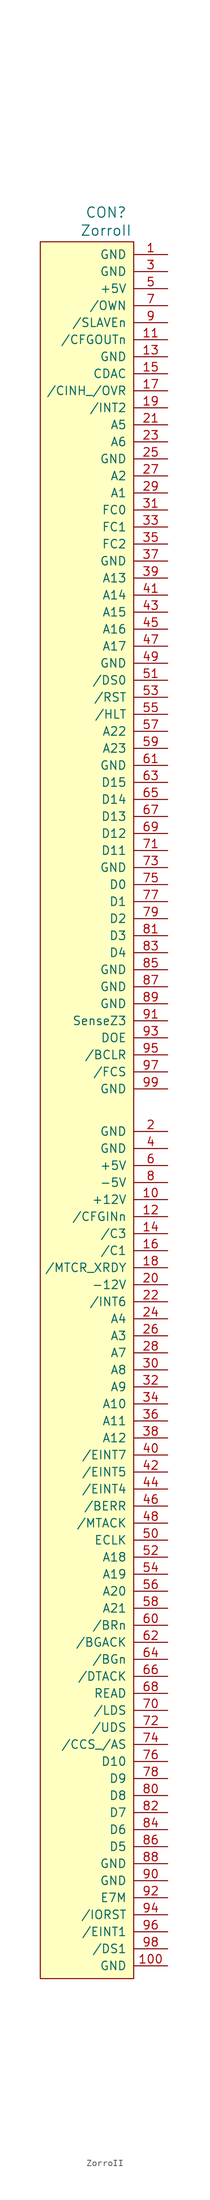
<source format=kicad_sym>
(kicad_symbol_lib
  (version 20211014)
  (generator kicad_symbol_editor)
  (symbol "ZorroII"
    (pin_names
      (offset 1.016))
    (property "Reference" "CON"
      (at -9.22 128.194 0)
      (effects (font (size 1.524 1.524))))
    (property "Value" "ZorroII"
      (at -9.22 125.501 0)
      (effects (font (size 1.524 1.524))))
    (property "Datasheet" ""
      (at 0 93.98 0)
      (effects (font (size 1.524 1.524))))
    (symbol "ZorroII_0_1"
      (rectangle (start -5.08 123.825) (end -19.05 -135.255) (stroke (width 0.152) (type default) (color 0 0 0 0)) (fill (type background))))
    (symbol "ZorroII_1_1"
      (pin passive line (at 0 121.92 180) (length 5.08) (name "GND" (effects (font (size 1.27 1.27)))) (number "1" (effects (font (size 1.27 1.27)))))
      (pin power_out line (at 0 -19.05 180) (length 5.08) (name "+12V" (effects (font (size 1.27 1.27)))) (number "10" (effects (font (size 1.27 1.27)))))
      (pin passive line (at 0 -133.35 180) (length 5.08) (name "GND" (effects (font (size 1.27 1.27)))) (number "100" (effects (font (size 1.27 1.27)))))
      (pin passive line (at 0 109.22 180) (length 5.08) (name "/CFGOUTn" (effects (font (size 1.27 1.27)))) (number "11" (effects (font (size 1.27 1.27)))))
      (pin passive line (at 0 -21.59 180) (length 5.08) (name "/CFGINn" (effects (font (size 1.27 1.27)))) (number "12" (effects (font (size 1.27 1.27)))))
      (pin passive line (at 0 106.68 180) (length 5.08) (name "GND" (effects (font (size 1.27 1.27)))) (number "13" (effects (font (size 1.27 1.27)))))
      (pin passive line (at 0 -24.13 180) (length 5.08) (name "/C3" (effects (font (size 1.27 1.27)))) (number "14" (effects (font (size 1.27 1.27)))))
      (pin passive line (at 0 104.14 180) (length 5.08) (name "CDAC" (effects (font (size 1.27 1.27)))) (number "15" (effects (font (size 1.27 1.27)))))
      (pin passive line (at 0 -26.67 180) (length 5.08) (name "/C1" (effects (font (size 1.27 1.27)))) (number "16" (effects (font (size 1.27 1.27)))))
      (pin passive line (at 0 101.6 180) (length 5.08) (name "/CINH_/OVR" (effects (font (size 1.27 1.27)))) (number "17" (effects (font (size 1.27 1.27)))))
      (pin passive line (at 0 -29.21 180) (length 5.08) (name "/MTCR_XRDY" (effects (font (size 1.27 1.27)))) (number "18" (effects (font (size 1.27 1.27)))))
      (pin passive line (at 0 99.06 180) (length 5.08) (name "/INT2" (effects (font (size 1.27 1.27)))) (number "19" (effects (font (size 1.27 1.27)))))
      (pin passive line (at 0 -8.89 180) (length 5.08) (name "GND" (effects (font (size 1.27 1.27)))) (number "2" (effects (font (size 1.27 1.27)))))
      (pin power_out line (at 0 -31.75 180) (length 5.08) (name "-12V" (effects (font (size 1.27 1.27)))) (number "20" (effects (font (size 1.27 1.27)))))
      (pin passive line (at 0 96.52 180) (length 5.08) (name "A5" (effects (font (size 1.27 1.27)))) (number "21" (effects (font (size 1.27 1.27)))))
      (pin passive line (at 0 -34.29 180) (length 5.08) (name "/INT6" (effects (font (size 1.27 1.27)))) (number "22" (effects (font (size 1.27 1.27)))))
      (pin passive line (at 0 93.98 180) (length 5.08) (name "A6" (effects (font (size 1.27 1.27)))) (number "23" (effects (font (size 1.27 1.27)))))
      (pin passive line (at 0 -36.83 180) (length 5.08) (name "A4" (effects (font (size 1.27 1.27)))) (number "24" (effects (font (size 1.27 1.27)))))
      (pin passive line (at 0 91.44 180) (length 5.08) (name "GND" (effects (font (size 1.27 1.27)))) (number "25" (effects (font (size 1.27 1.27)))))
      (pin passive line (at 0 -39.37 180) (length 5.08) (name "A3" (effects (font (size 1.27 1.27)))) (number "26" (effects (font (size 1.27 1.27)))))
      (pin passive line (at 0 88.9 180) (length 5.08) (name "A2" (effects (font (size 1.27 1.27)))) (number "27" (effects (font (size 1.27 1.27)))))
      (pin passive line (at 0 -41.91 180) (length 5.08) (name "A7" (effects (font (size 1.27 1.27)))) (number "28" (effects (font (size 1.27 1.27)))))
      (pin passive line (at 0 86.36 180) (length 5.08) (name "A1" (effects (font (size 1.27 1.27)))) (number "29" (effects (font (size 1.27 1.27)))))
      (pin passive line (at 0 119.38 180) (length 5.08) (name "GND" (effects (font (size 1.27 1.27)))) (number "3" (effects (font (size 1.27 1.27)))))
      (pin passive line (at 0 -44.45 180) (length 5.08) (name "A8" (effects (font (size 1.27 1.27)))) (number "30" (effects (font (size 1.27 1.27)))))
      (pin passive line (at 0 83.82 180) (length 5.08) (name "FC0" (effects (font (size 1.27 1.27)))) (number "31" (effects (font (size 1.27 1.27)))))
      (pin passive line (at 0 -46.99 180) (length 5.08) (name "A9" (effects (font (size 1.27 1.27)))) (number "32" (effects (font (size 1.27 1.27)))))
      (pin passive line (at 0 81.28 180) (length 5.08) (name "FC1" (effects (font (size 1.27 1.27)))) (number "33" (effects (font (size 1.27 1.27)))))
      (pin passive line (at 0 -49.53 180) (length 5.08) (name "A10" (effects (font (size 1.27 1.27)))) (number "34" (effects (font (size 1.27 1.27)))))
      (pin passive line (at 0 78.74 180) (length 5.08) (name "FC2" (effects (font (size 1.27 1.27)))) (number "35" (effects (font (size 1.27 1.27)))))
      (pin passive line (at 0 -52.07 180) (length 5.08) (name "A11" (effects (font (size 1.27 1.27)))) (number "36" (effects (font (size 1.27 1.27)))))
      (pin passive line (at 0 76.2 180) (length 5.08) (name "GND" (effects (font (size 1.27 1.27)))) (number "37" (effects (font (size 1.27 1.27)))))
      (pin passive line (at 0 -54.61 180) (length 5.08) (name "A12" (effects (font (size 1.27 1.27)))) (number "38" (effects (font (size 1.27 1.27)))))
      (pin passive line (at 0 73.66 180) (length 5.08) (name "A13" (effects (font (size 1.27 1.27)))) (number "39" (effects (font (size 1.27 1.27)))))
      (pin passive line (at 0 -11.43 180) (length 5.08) (name "GND" (effects (font (size 1.27 1.27)))) (number "4" (effects (font (size 1.27 1.27)))))
      (pin passive line (at 0 -57.15 180) (length 5.08) (name "/EINT7" (effects (font (size 1.27 1.27)))) (number "40" (effects (font (size 1.27 1.27)))))
      (pin passive line (at 0 71.12 180) (length 5.08) (name "A14" (effects (font (size 1.27 1.27)))) (number "41" (effects (font (size 1.27 1.27)))))
      (pin passive line (at 0 -59.69 180) (length 5.08) (name "/EINT5" (effects (font (size 1.27 1.27)))) (number "42" (effects (font (size 1.27 1.27)))))
      (pin passive line (at 0 68.58 180) (length 5.08) (name "A15" (effects (font (size 1.27 1.27)))) (number "43" (effects (font (size 1.27 1.27)))))
      (pin passive line (at 0 -62.23 180) (length 5.08) (name "/EINT4" (effects (font (size 1.27 1.27)))) (number "44" (effects (font (size 1.27 1.27)))))
      (pin passive line (at 0 66.04 180) (length 5.08) (name "A16" (effects (font (size 1.27 1.27)))) (number "45" (effects (font (size 1.27 1.27)))))
      (pin passive line (at 0 -64.77 180) (length 5.08) (name "/BERR" (effects (font (size 1.27 1.27)))) (number "46" (effects (font (size 1.27 1.27)))))
      (pin passive line (at 0 63.5 180) (length 5.08) (name "A17" (effects (font (size 1.27 1.27)))) (number "47" (effects (font (size 1.27 1.27)))))
      (pin passive line (at 0 -67.31 180) (length 5.08) (name "/MTACK" (effects (font (size 1.27 1.27)))) (number "48" (effects (font (size 1.27 1.27)))))
      (pin passive line (at 0 60.96 180) (length 5.08) (name "GND" (effects (font (size 1.27 1.27)))) (number "49" (effects (font (size 1.27 1.27)))))
      (pin power_out line (at 0 116.84 180) (length 5.08) (name "+5V" (effects (font (size 1.27 1.27)))) (number "5" (effects (font (size 1.27 1.27)))))
      (pin passive line (at 0 -69.85 180) (length 5.08) (name "ECLK" (effects (font (size 1.27 1.27)))) (number "50" (effects (font (size 1.27 1.27)))))
      (pin passive line (at 0 58.42 180) (length 5.08) (name "/DS0" (effects (font (size 1.27 1.27)))) (number "51" (effects (font (size 1.27 1.27)))))
      (pin passive line (at 0 -72.39 180) (length 5.08) (name "A18" (effects (font (size 1.27 1.27)))) (number "52" (effects (font (size 1.27 1.27)))))
      (pin passive line (at 0 55.88 180) (length 5.08) (name "/RST" (effects (font (size 1.27 1.27)))) (number "53" (effects (font (size 1.27 1.27)))))
      (pin passive line (at 0 -74.93 180) (length 5.08) (name "A19" (effects (font (size 1.27 1.27)))) (number "54" (effects (font (size 1.27 1.27)))))
      (pin passive line (at 0 53.34 180) (length 5.08) (name "/HLT" (effects (font (size 1.27 1.27)))) (number "55" (effects (font (size 1.27 1.27)))))
      (pin passive line (at 0 -77.47 180) (length 5.08) (name "A20" (effects (font (size 1.27 1.27)))) (number "56" (effects (font (size 1.27 1.27)))))
      (pin passive line (at 0 50.8 180) (length 5.08) (name "A22" (effects (font (size 1.27 1.27)))) (number "57" (effects (font (size 1.27 1.27)))))
      (pin passive line (at 0 -80.01 180) (length 5.08) (name "A21" (effects (font (size 1.27 1.27)))) (number "58" (effects (font (size 1.27 1.27)))))
      (pin passive line (at 0 48.26 180) (length 5.08) (name "A23" (effects (font (size 1.27 1.27)))) (number "59" (effects (font (size 1.27 1.27)))))
      (pin power_out line (at 0 -13.97 180) (length 5.08) (name "+5V" (effects (font (size 1.27 1.27)))) (number "6" (effects (font (size 1.27 1.27)))))
      (pin passive line (at 0 -82.55 180) (length 5.08) (name "/BRn" (effects (font (size 1.27 1.27)))) (number "60" (effects (font (size 1.27 1.27)))))
      (pin passive line (at 0 45.72 180) (length 5.08) (name "GND" (effects (font (size 1.27 1.27)))) (number "61" (effects (font (size 1.27 1.27)))))
      (pin passive line (at 0 -85.09 180) (length 5.08) (name "/BGACK" (effects (font (size 1.27 1.27)))) (number "62" (effects (font (size 1.27 1.27)))))
      (pin passive line (at 0 43.18 180) (length 5.08) (name "D15" (effects (font (size 1.27 1.27)))) (number "63" (effects (font (size 1.27 1.27)))))
      (pin passive line (at 0 -87.63 180) (length 5.08) (name "/BGn" (effects (font (size 1.27 1.27)))) (number "64" (effects (font (size 1.27 1.27)))))
      (pin passive line (at 0 40.64 180) (length 5.08) (name "D14" (effects (font (size 1.27 1.27)))) (number "65" (effects (font (size 1.27 1.27)))))
      (pin passive line (at 0 -90.17 180) (length 5.08) (name "/DTACK" (effects (font (size 1.27 1.27)))) (number "66" (effects (font (size 1.27 1.27)))))
      (pin passive line (at 0 38.1 180) (length 5.08) (name "D13" (effects (font (size 1.27 1.27)))) (number "67" (effects (font (size 1.27 1.27)))))
      (pin passive line (at 0 -92.71 180) (length 5.08) (name "READ" (effects (font (size 1.27 1.27)))) (number "68" (effects (font (size 1.27 1.27)))))
      (pin passive line (at 0 35.56 180) (length 5.08) (name "D12" (effects (font (size 1.27 1.27)))) (number "69" (effects (font (size 1.27 1.27)))))
      (pin passive line (at 0 114.3 180) (length 5.08) (name "/OWN" (effects (font (size 1.27 1.27)))) (number "7" (effects (font (size 1.27 1.27)))))
      (pin passive line (at 0 -95.25 180) (length 5.08) (name "/LDS" (effects (font (size 1.27 1.27)))) (number "70" (effects (font (size 1.27 1.27)))))
      (pin passive line (at 0 33.02 180) (length 5.08) (name "D11" (effects (font (size 1.27 1.27)))) (number "71" (effects (font (size 1.27 1.27)))))
      (pin passive line (at 0 -97.79 180) (length 5.08) (name "/UDS" (effects (font (size 1.27 1.27)))) (number "72" (effects (font (size 1.27 1.27)))))
      (pin passive line (at 0 30.48 180) (length 5.08) (name "GND" (effects (font (size 1.27 1.27)))) (number "73" (effects (font (size 1.27 1.27)))))
      (pin passive line (at 0 -100.33 180) (length 5.08) (name "/CCS_/AS" (effects (font (size 1.27 1.27)))) (number "74" (effects (font (size 1.27 1.27)))))
      (pin passive line (at 0 27.94 180) (length 5.08) (name "D0" (effects (font (size 1.27 1.27)))) (number "75" (effects (font (size 1.27 1.27)))))
      (pin passive line (at 0 -102.87 180) (length 5.08) (name "D10" (effects (font (size 1.27 1.27)))) (number "76" (effects (font (size 1.27 1.27)))))
      (pin passive line (at 0 25.4 180) (length 5.08) (name "D1" (effects (font (size 1.27 1.27)))) (number "77" (effects (font (size 1.27 1.27)))))
      (pin passive line (at 0 -105.41 180) (length 5.08) (name "D9" (effects (font (size 1.27 1.27)))) (number "78" (effects (font (size 1.27 1.27)))))
      (pin passive line (at 0 22.86 180) (length 5.08) (name "D2" (effects (font (size 1.27 1.27)))) (number "79" (effects (font (size 1.27 1.27)))))
      (pin power_out line (at 0 -16.51 180) (length 5.08) (name "-5V" (effects (font (size 1.27 1.27)))) (number "8" (effects (font (size 1.27 1.27)))))
      (pin passive line (at 0 -107.95 180) (length 5.08) (name "D8" (effects (font (size 1.27 1.27)))) (number "80" (effects (font (size 1.27 1.27)))))
      (pin passive line (at 0 20.32 180) (length 5.08) (name "D3" (effects (font (size 1.27 1.27)))) (number "81" (effects (font (size 1.27 1.27)))))
      (pin passive line (at 0 -110.49 180) (length 5.08) (name "D7" (effects (font (size 1.27 1.27)))) (number "82" (effects (font (size 1.27 1.27)))))
      (pin passive line (at 0 17.78 180) (length 5.08) (name "D4" (effects (font (size 1.27 1.27)))) (number "83" (effects (font (size 1.27 1.27)))))
      (pin passive line (at 0 -113.03 180) (length 5.08) (name "D6" (effects (font (size 1.27 1.27)))) (number "84" (effects (font (size 1.27 1.27)))))
      (pin passive line (at 0 15.24 180) (length 5.08) (name "GND" (effects (font (size 1.27 1.27)))) (number "85" (effects (font (size 1.27 1.27)))))
      (pin passive line (at 0 -115.57 180) (length 5.08) (name "D5" (effects (font (size 1.27 1.27)))) (number "86" (effects (font (size 1.27 1.27)))))
      (pin passive line (at 0 12.7 180) (length 5.08) (name "GND" (effects (font (size 1.27 1.27)))) (number "87" (effects (font (size 1.27 1.27)))))
      (pin passive line (at 0 -118.11 180) (length 5.08) (name "GND" (effects (font (size 1.27 1.27)))) (number "88" (effects (font (size 1.27 1.27)))))
      (pin passive line (at 0 10.16 180) (length 5.08) (name "GND" (effects (font (size 1.27 1.27)))) (number "89" (effects (font (size 1.27 1.27)))))
      (pin passive line (at 0 111.76 180) (length 5.08) (name "/SLAVEn" (effects (font (size 1.27 1.27)))) (number "9" (effects (font (size 1.27 1.27)))))
      (pin passive line (at 0 -120.65 180) (length 5.08) (name "GND" (effects (font (size 1.27 1.27)))) (number "90" (effects (font (size 1.27 1.27)))))
      (pin passive line (at 0 7.62 180) (length 5.08) (name "SenseZ3" (effects (font (size 1.27 1.27)))) (number "91" (effects (font (size 1.27 1.27)))))
      (pin passive line (at 0 -123.19 180) (length 5.08) (name "E7M" (effects (font (size 1.27 1.27)))) (number "92" (effects (font (size 1.27 1.27)))))
      (pin passive line (at 0 5.08 180) (length 5.08) (name "DOE" (effects (font (size 1.27 1.27)))) (number "93" (effects (font (size 1.27 1.27)))))
      (pin passive line (at 0 -125.73 180) (length 5.08) (name "/IORST" (effects (font (size 1.27 1.27)))) (number "94" (effects (font (size 1.27 1.27)))))
      (pin passive line (at 0 2.54 180) (length 5.08) (name "/BCLR" (effects (font (size 1.27 1.27)))) (number "95" (effects (font (size 1.27 1.27)))))
      (pin passive line (at 0 -128.27 180) (length 5.08) (name "/EINT1" (effects (font (size 1.27 1.27)))) (number "96" (effects (font (size 1.27 1.27)))))
      (pin passive line (at 0 0 180) (length 5.08) (name "/FCS" (effects (font (size 1.27 1.27)))) (number "97" (effects (font (size 1.27 1.27)))))
      (pin passive line (at 0 -130.81 180) (length 5.08) (name "/DS1" (effects (font (size 1.27 1.27)))) (number "98" (effects (font (size 1.27 1.27)))))
      (pin passive line (at 0 -2.54 180) (length 5.08) (name "GND" (effects (font (size 1.27 1.27)))) (number "99" (effects (font (size 1.27 1.27))))))))
</source>
